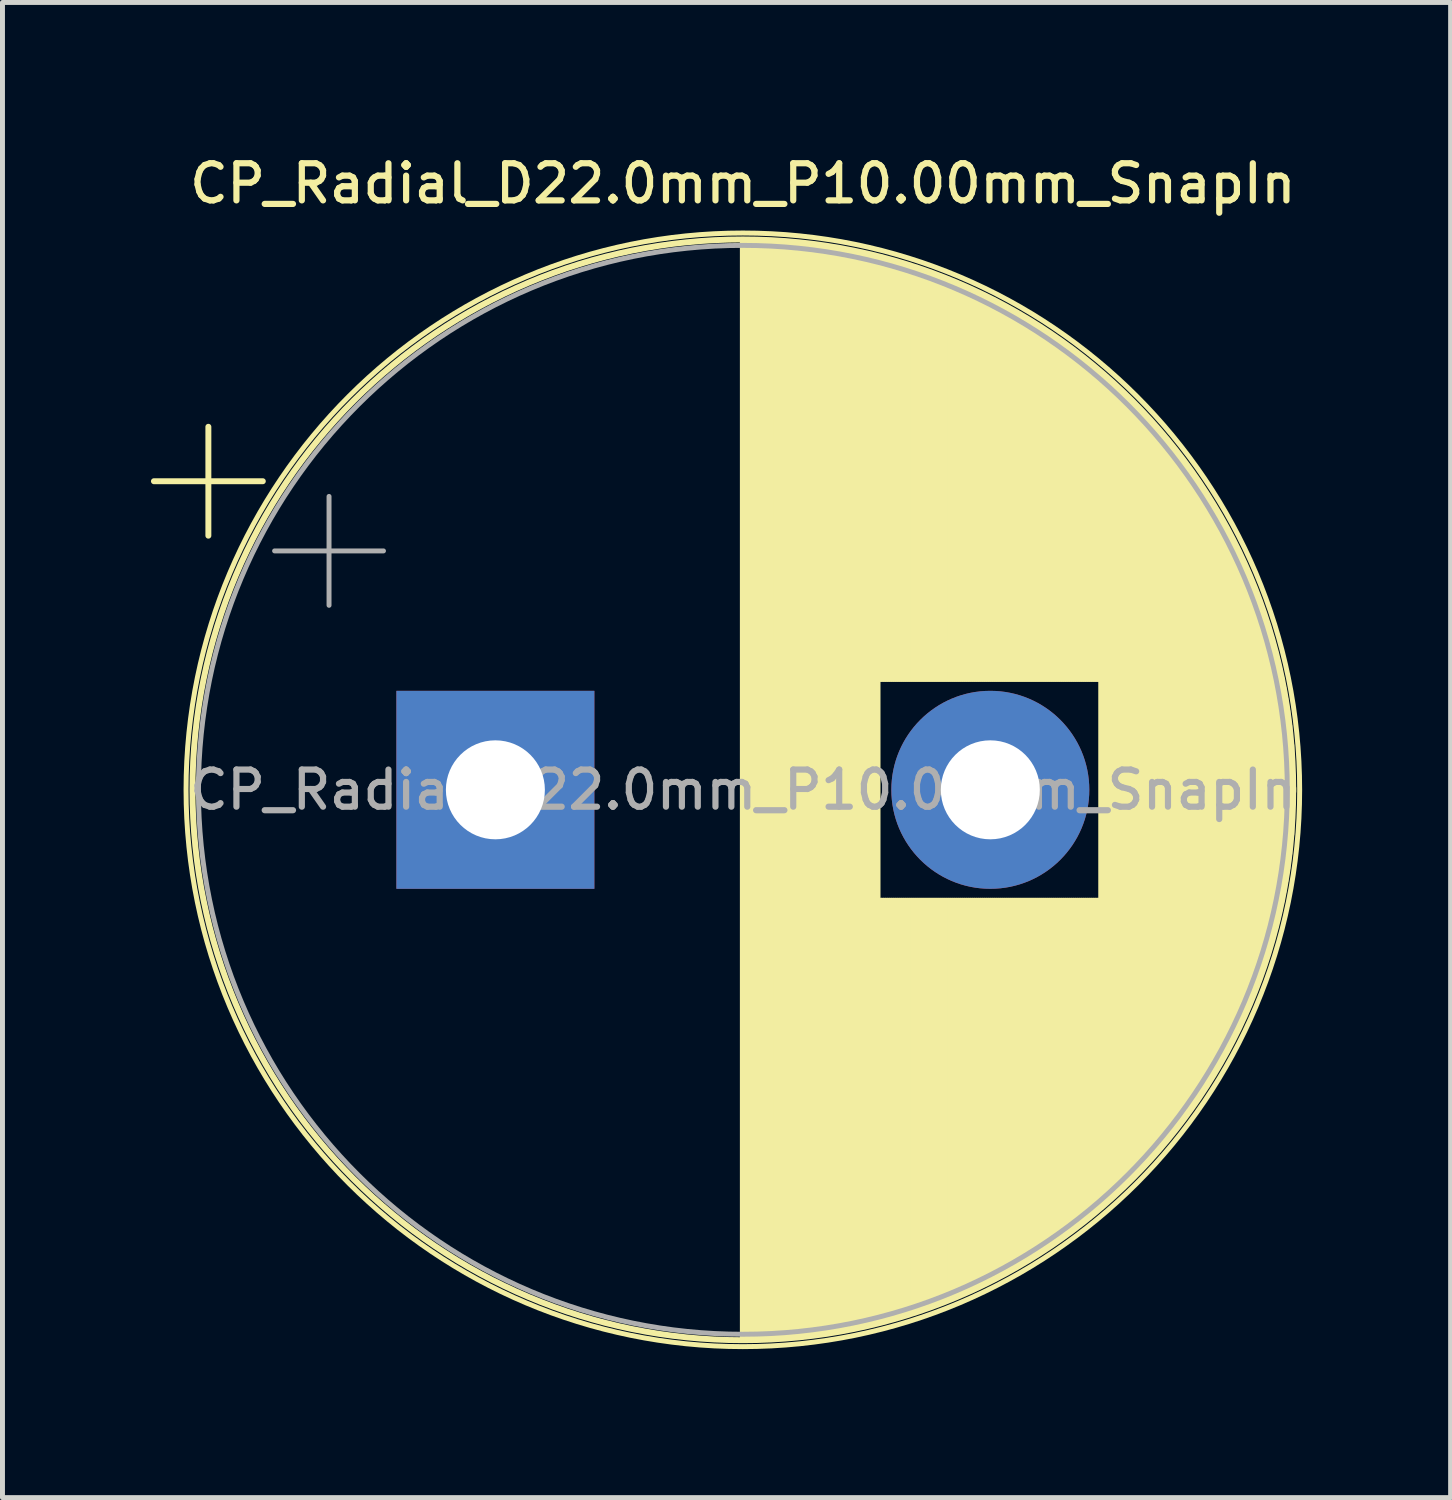
<source format=kicad_pcb>
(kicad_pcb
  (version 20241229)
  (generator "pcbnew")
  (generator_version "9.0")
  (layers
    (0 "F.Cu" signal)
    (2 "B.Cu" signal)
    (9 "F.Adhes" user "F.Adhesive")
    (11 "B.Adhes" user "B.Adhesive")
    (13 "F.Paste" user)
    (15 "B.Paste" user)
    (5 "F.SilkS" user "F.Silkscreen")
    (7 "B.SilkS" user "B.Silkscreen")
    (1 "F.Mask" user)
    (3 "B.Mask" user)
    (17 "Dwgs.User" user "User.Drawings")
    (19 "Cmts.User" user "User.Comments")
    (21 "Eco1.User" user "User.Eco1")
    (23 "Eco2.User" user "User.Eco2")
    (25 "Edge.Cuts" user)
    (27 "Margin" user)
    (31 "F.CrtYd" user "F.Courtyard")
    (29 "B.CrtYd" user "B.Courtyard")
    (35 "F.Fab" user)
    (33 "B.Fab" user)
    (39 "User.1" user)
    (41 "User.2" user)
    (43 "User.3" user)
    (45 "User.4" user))
  (footprint "CP_Radial_D22.0mm_P10.00mm_SnapIn"
    (layer "F.Cu")
    (at 6.959 12.908)
    (property "Reference" "CP_Radial_D22.0mm_P10.00mm_SnapIn" (at 5 -12.25 0) (layer "F.SilkS") (effects (font (size 0.75 0.75) (thickness 0.125))))
    (attr through_hole)
    (fp_line (start -6.899 -6.235) (end -4.699 -6.235) (stroke (width 0.12) (type solid)) (layer "F.SilkS"))
    (fp_line (start -5.799 -7.335) (end -5.799 -5.135) (stroke (width 0.12) (type solid)) (layer "F.SilkS"))
    (fp_line (start 5 -11.081) (end 5 11.081) (stroke (width 0.12) (type solid)) (layer "F.SilkS"))
    (fp_line (start 5.04 -11.08) (end 5.04 11.08) (stroke (width 0.12) (type solid)) (layer "F.SilkS"))
    (fp_line (start 5.08 -11.08) (end 5.08 11.08) (stroke (width 0.12) (type solid)) (layer "F.SilkS"))
    (fp_line (start 5.12 -11.08) (end 5.12 11.08) (stroke (width 0.12) (type solid)) (layer "F.SilkS"))
    (fp_line (start 5.16 -11.079) (end 5.16 11.079) (stroke (width 0.12) (type solid)) (layer "F.SilkS"))
    (fp_line (start 5.2 -11.079) (end 5.2 11.079) (stroke (width 0.12) (type solid)) (layer "F.SilkS"))
    (fp_line (start 5.24 -11.078) (end 5.24 11.078) (stroke (width 0.12) (type solid)) (layer "F.SilkS"))
    (fp_line (start 5.28 -11.077) (end 5.28 11.077) (stroke (width 0.12) (type solid)) (layer "F.SilkS"))
    (fp_line (start 5.32 -11.076) (end 5.32 11.076) (stroke (width 0.12) (type solid)) (layer "F.SilkS"))
    (fp_line (start 5.36 -11.075) (end 5.36 11.075) (stroke (width 0.12) (type solid)) (layer "F.SilkS"))
    (fp_line (start 5.4 -11.073) (end 5.4 11.073) (stroke (width 0.12) (type solid)) (layer "F.SilkS"))
    (fp_line (start 5.44 -11.072) (end 5.44 11.072) (stroke (width 0.12) (type solid)) (layer "F.SilkS"))
    (fp_line (start 5.48 -11.07) (end 5.48 11.07) (stroke (width 0.12) (type solid)) (layer "F.SilkS"))
    (fp_line (start 5.52 -11.068) (end 5.52 11.068) (stroke (width 0.12) (type solid)) (layer "F.SilkS"))
    (fp_line (start 5.56 -11.066) (end 5.56 11.066) (stroke (width 0.12) (type solid)) (layer "F.SilkS"))
    (fp_line (start 5.6 -11.064) (end 5.6 11.064) (stroke (width 0.12) (type solid)) (layer "F.SilkS"))
    (fp_line (start 5.64 -11.062) (end 5.64 11.062) (stroke (width 0.12) (type solid)) (layer "F.SilkS"))
    (fp_line (start 5.68 -11.06) (end 5.68 11.06) (stroke (width 0.12) (type solid)) (layer "F.SilkS"))
    (fp_line (start 5.721 -11.057) (end 5.721 11.057) (stroke (width 0.12) (type solid)) (layer "F.SilkS"))
    (fp_line (start 5.761 -11.054) (end 5.761 11.054) (stroke (width 0.12) (type solid)) (layer "F.SilkS"))
    (fp_line (start 5.801 -11.052) (end 5.801 11.052) (stroke (width 0.12) (type solid)) (layer "F.SilkS"))
    (fp_line (start 5.841 -11.049) (end 5.841 11.049) (stroke (width 0.12) (type solid)) (layer "F.SilkS"))
    (fp_line (start 5.881 -11.046) (end 5.881 11.046) (stroke (width 0.12) (type solid)) (layer "F.SilkS"))
    (fp_line (start 5.921 -11.042) (end 5.921 11.042) (stroke (width 0.12) (type solid)) (layer "F.SilkS"))
    (fp_line (start 5.961 -11.039) (end 5.961 11.039) (stroke (width 0.12) (type solid)) (layer "F.SilkS"))
    (fp_line (start 6.001 -11.035) (end 6.001 11.035) (stroke (width 0.12) (type solid)) (layer "F.SilkS"))
    (fp_line (start 6.041 -11.032) (end 6.041 11.032) (stroke (width 0.12) (type solid)) (layer "F.SilkS"))
    (fp_line (start 6.081 -11.028) (end 6.081 11.028) (stroke (width 0.12) (type solid)) (layer "F.SilkS"))
    (fp_line (start 6.121 -11.024) (end 6.121 11.024) (stroke (width 0.12) (type solid)) (layer "F.SilkS"))
    (fp_line (start 6.161 -11.02) (end 6.161 11.02) (stroke (width 0.12) (type solid)) (layer "F.SilkS"))
    (fp_line (start 6.201 -11.016) (end 6.201 11.016) (stroke (width 0.12) (type solid)) (layer "F.SilkS"))
    (fp_line (start 6.241 -11.011) (end 6.241 11.011) (stroke (width 0.12) (type solid)) (layer "F.SilkS"))
    (fp_line (start 6.281 -11.007) (end 6.281 11.007) (stroke (width 0.12) (type solid)) (layer "F.SilkS"))
    (fp_line (start 6.321 -11.002) (end 6.321 11.002) (stroke (width 0.12) (type solid)) (layer "F.SilkS"))
    (fp_line (start 6.361 -10.997) (end 6.361 10.997) (stroke (width 0.12) (type solid)) (layer "F.SilkS"))
    (fp_line (start 6.401 -10.992) (end 6.401 10.992) (stroke (width 0.12) (type solid)) (layer "F.SilkS"))
    (fp_line (start 6.441 -10.987) (end 6.441 10.987) (stroke (width 0.12) (type solid)) (layer "F.SilkS"))
    (fp_line (start 6.481 -10.982) (end 6.481 10.982) (stroke (width 0.12) (type solid)) (layer "F.SilkS"))
    (fp_line (start 6.521 -10.976) (end 6.521 10.976) (stroke (width 0.12) (type solid)) (layer "F.SilkS"))
    (fp_line (start 6.561 -10.971) (end 6.561 10.971) (stroke (width 0.12) (type solid)) (layer "F.SilkS"))
    (fp_line (start 6.601 -10.965) (end 6.601 10.965) (stroke (width 0.12) (type solid)) (layer "F.SilkS"))
    (fp_line (start 6.641 -10.959) (end 6.641 10.959) (stroke (width 0.12) (type solid)) (layer "F.SilkS"))
    (fp_line (start 6.681 -10.953) (end 6.681 10.953) (stroke (width 0.12) (type solid)) (layer "F.SilkS"))
    (fp_line (start 6.721 -10.947) (end 6.721 10.947) (stroke (width 0.12) (type solid)) (layer "F.SilkS"))
    (fp_line (start 6.761 -10.94) (end 6.761 10.94) (stroke (width 0.12) (type solid)) (layer "F.SilkS"))
    (fp_line (start 6.801 -10.934) (end 6.801 10.934) (stroke (width 0.12) (type solid)) (layer "F.SilkS"))
    (fp_line (start 6.841 -10.927) (end 6.841 10.927) (stroke (width 0.12) (type solid)) (layer "F.SilkS"))
    (fp_line (start 6.881 -10.92) (end 6.881 10.92) (stroke (width 0.12) (type solid)) (layer "F.SilkS"))
    (fp_line (start 6.921 -10.913) (end 6.921 10.913) (stroke (width 0.12) (type solid)) (layer "F.SilkS"))
    (fp_line (start 6.961 -10.906) (end 6.961 10.906) (stroke (width 0.12) (type solid)) (layer "F.SilkS"))
    (fp_line (start 7.001 -10.899) (end 7.001 10.899) (stroke (width 0.12) (type solid)) (layer "F.SilkS"))
    (fp_line (start 7.041 -10.892) (end 7.041 10.892) (stroke (width 0.12) (type solid)) (layer "F.SilkS"))
    (fp_line (start 7.081 -10.884) (end 7.081 10.884) (stroke (width 0.12) (type solid)) (layer "F.SilkS"))
    (fp_line (start 7.121 -10.877) (end 7.121 10.877) (stroke (width 0.12) (type solid)) (layer "F.SilkS"))
    (fp_line (start 7.161 -10.869) (end 7.161 10.869) (stroke (width 0.12) (type solid)) (layer "F.SilkS"))
    (fp_line (start 7.201 -10.861) (end 7.201 10.861) (stroke (width 0.12) (type solid)) (layer "F.SilkS"))
    (fp_line (start 7.241 -10.853) (end 7.241 10.853) (stroke (width 0.12) (type solid)) (layer "F.SilkS"))
    (fp_line (start 7.281 -10.844) (end 7.281 10.844) (stroke (width 0.12) (type solid)) (layer "F.SilkS"))
    (fp_line (start 7.321 -10.836) (end 7.321 10.836) (stroke (width 0.12) (type solid)) (layer "F.SilkS"))
    (fp_line (start 7.361 -10.827) (end 7.361 10.827) (stroke (width 0.12) (type solid)) (layer "F.SilkS"))
    (fp_line (start 7.401 -10.818) (end 7.401 10.818) (stroke (width 0.12) (type solid)) (layer "F.SilkS"))
    (fp_line (start 7.441 -10.809) (end 7.441 10.809) (stroke (width 0.12) (type solid)) (layer "F.SilkS"))
    (fp_line (start 7.481 -10.8) (end 7.481 10.8) (stroke (width 0.12) (type solid)) (layer "F.SilkS"))
    (fp_line (start 7.521 -10.791) (end 7.521 10.791) (stroke (width 0.12) (type solid)) (layer "F.SilkS"))
    (fp_line (start 7.561 -10.782) (end 7.561 10.782) (stroke (width 0.12) (type solid)) (layer "F.SilkS"))
    (fp_line (start 7.601 -10.772) (end 7.601 10.772) (stroke (width 0.12) (type solid)) (layer "F.SilkS"))
    (fp_line (start 7.641 -10.763) (end 7.641 10.763) (stroke (width 0.12) (type solid)) (layer "F.SilkS"))
    (fp_line (start 7.681 -10.753) (end 7.681 10.753) (stroke (width 0.12) (type solid)) (layer "F.SilkS"))
    (fp_line (start 7.721 -10.743) (end 7.721 10.743) (stroke (width 0.12) (type solid)) (layer "F.SilkS"))
    (fp_line (start 7.761 -10.733) (end 7.761 -2.24) (stroke (width 0.12) (type solid)) (layer "F.SilkS"))
    (fp_line (start 7.761 2.24) (end 7.761 10.733) (stroke (width 0.12) (type solid)) (layer "F.SilkS"))
    (fp_line (start 7.801 -10.722) (end 7.801 -2.24) (stroke (width 0.12) (type solid)) (layer "F.SilkS"))
    (fp_line (start 7.801 2.24) (end 7.801 10.722) (stroke (width 0.12) (type solid)) (layer "F.SilkS"))
    (fp_line (start 7.841 -10.712) (end 7.841 -2.24) (stroke (width 0.12) (type solid)) (layer "F.SilkS"))
    (fp_line (start 7.841 2.24) (end 7.841 10.712) (stroke (width 0.12) (type solid)) (layer "F.SilkS"))
    (fp_line (start 7.881 -10.701) (end 7.881 -2.24) (stroke (width 0.12) (type solid)) (layer "F.SilkS"))
    (fp_line (start 7.881 2.24) (end 7.881 10.701) (stroke (width 0.12) (type solid)) (layer "F.SilkS"))
    (fp_line (start 7.921 -10.69) (end 7.921 -2.24) (stroke (width 0.12) (type solid)) (layer "F.SilkS"))
    (fp_line (start 7.921 2.24) (end 7.921 10.69) (stroke (width 0.12) (type solid)) (layer "F.SilkS"))
    (fp_line (start 7.961 -10.679) (end 7.961 -2.24) (stroke (width 0.12) (type solid)) (layer "F.SilkS"))
    (fp_line (start 7.961 2.24) (end 7.961 10.679) (stroke (width 0.12) (type solid)) (layer "F.SilkS"))
    (fp_line (start 8.001 -10.668) (end 8.001 -2.24) (stroke (width 0.12) (type solid)) (layer "F.SilkS"))
    (fp_line (start 8.001 2.24) (end 8.001 10.668) (stroke (width 0.12) (type solid)) (layer "F.SilkS"))
    (fp_line (start 8.041 -10.657) (end 8.041 -2.24) (stroke (width 0.12) (type solid)) (layer "F.SilkS"))
    (fp_line (start 8.041 2.24) (end 8.041 10.657) (stroke (width 0.12) (type solid)) (layer "F.SilkS"))
    (fp_line (start 8.081 -10.645) (end 8.081 -2.24) (stroke (width 0.12) (type solid)) (layer "F.SilkS"))
    (fp_line (start 8.081 2.24) (end 8.081 10.645) (stroke (width 0.12) (type solid)) (layer "F.SilkS"))
    (fp_line (start 8.121 -10.634) (end 8.121 -2.24) (stroke (width 0.12) (type solid)) (layer "F.SilkS"))
    (fp_line (start 8.121 2.24) (end 8.121 10.634) (stroke (width 0.12) (type solid)) (layer "F.SilkS"))
    (fp_line (start 8.161 -10.622) (end 8.161 -2.24) (stroke (width 0.12) (type solid)) (layer "F.SilkS"))
    (fp_line (start 8.161 2.24) (end 8.161 10.622) (stroke (width 0.12) (type solid)) (layer "F.SilkS"))
    (fp_line (start 8.201 -10.61) (end 8.201 -2.24) (stroke (width 0.12) (type solid)) (layer "F.SilkS"))
    (fp_line (start 8.201 2.24) (end 8.201 10.61) (stroke (width 0.12) (type solid)) (layer "F.SilkS"))
    (fp_line (start 8.241 -10.598) (end 8.241 -2.24) (stroke (width 0.12) (type solid)) (layer "F.SilkS"))
    (fp_line (start 8.241 2.24) (end 8.241 10.598) (stroke (width 0.12) (type solid)) (layer "F.SilkS"))
    (fp_line (start 8.281 -10.586) (end 8.281 -2.24) (stroke (width 0.12) (type solid)) (layer "F.SilkS"))
    (fp_line (start 8.281 2.24) (end 8.281 10.586) (stroke (width 0.12) (type solid)) (layer "F.SilkS"))
    (fp_line (start 8.321 -10.573) (end 8.321 -2.24) (stroke (width 0.12) (type solid)) (layer "F.SilkS"))
    (fp_line (start 8.321 2.24) (end 8.321 10.573) (stroke (width 0.12) (type solid)) (layer "F.SilkS"))
    (fp_line (start 8.361 -10.561) (end 8.361 -2.24) (stroke (width 0.12) (type solid)) (layer "F.SilkS"))
    (fp_line (start 8.361 2.24) (end 8.361 10.561) (stroke (width 0.12) (type solid)) (layer "F.SilkS"))
    (fp_line (start 8.401 -10.548) (end 8.401 -2.24) (stroke (width 0.12) (type solid)) (layer "F.SilkS"))
    (fp_line (start 8.401 2.24) (end 8.401 10.548) (stroke (width 0.12) (type solid)) (layer "F.SilkS"))
    (fp_line (start 8.441 -10.535) (end 8.441 -2.24) (stroke (width 0.12) (type solid)) (layer "F.SilkS"))
    (fp_line (start 8.441 2.24) (end 8.441 10.535) (stroke (width 0.12) (type solid)) (layer "F.SilkS"))
    (fp_line (start 8.481 -10.522) (end 8.481 -2.24) (stroke (width 0.12) (type solid)) (layer "F.SilkS"))
    (fp_line (start 8.481 2.24) (end 8.481 10.522) (stroke (width 0.12) (type solid)) (layer "F.SilkS"))
    (fp_line (start 8.521 -10.509) (end 8.521 -2.24) (stroke (width 0.12) (type solid)) (layer "F.SilkS"))
    (fp_line (start 8.521 2.24) (end 8.521 10.509) (stroke (width 0.12) (type solid)) (layer "F.SilkS"))
    (fp_line (start 8.561 -10.495) (end 8.561 -2.24) (stroke (width 0.12) (type solid)) (layer "F.SilkS"))
    (fp_line (start 8.561 2.24) (end 8.561 10.495) (stroke (width 0.12) (type solid)) (layer "F.SilkS"))
    (fp_line (start 8.601 -10.482) (end 8.601 -2.24) (stroke (width 0.12) (type solid)) (layer "F.SilkS"))
    (fp_line (start 8.601 2.24) (end 8.601 10.482) (stroke (width 0.12) (type solid)) (layer "F.SilkS"))
    (fp_line (start 8.641 -10.468) (end 8.641 -2.24) (stroke (width 0.12) (type solid)) (layer "F.SilkS"))
    (fp_line (start 8.641 2.24) (end 8.641 10.468) (stroke (width 0.12) (type solid)) (layer "F.SilkS"))
    (fp_line (start 8.681 -10.454) (end 8.681 -2.24) (stroke (width 0.12) (type solid)) (layer "F.SilkS"))
    (fp_line (start 8.681 2.24) (end 8.681 10.454) (stroke (width 0.12) (type solid)) (layer "F.SilkS"))
    (fp_line (start 8.721 -10.44) (end 8.721 -2.24) (stroke (width 0.12) (type solid)) (layer "F.SilkS"))
    (fp_line (start 8.721 2.24) (end 8.721 10.44) (stroke (width 0.12) (type solid)) (layer "F.SilkS"))
    (fp_line (start 8.761 -10.426) (end 8.761 -2.24) (stroke (width 0.12) (type solid)) (layer "F.SilkS"))
    (fp_line (start 8.761 2.24) (end 8.761 10.426) (stroke (width 0.12) (type solid)) (layer "F.SilkS"))
    (fp_line (start 8.801 -10.411) (end 8.801 -2.24) (stroke (width 0.12) (type solid)) (layer "F.SilkS"))
    (fp_line (start 8.801 2.24) (end 8.801 10.411) (stroke (width 0.12) (type solid)) (layer "F.SilkS"))
    (fp_line (start 8.841 -10.396) (end 8.841 -2.24) (stroke (width 0.12) (type solid)) (layer "F.SilkS"))
    (fp_line (start 8.841 2.24) (end 8.841 10.396) (stroke (width 0.12) (type solid)) (layer "F.SilkS"))
    (fp_line (start 8.881 -10.382) (end 8.881 -2.24) (stroke (width 0.12) (type solid)) (layer "F.SilkS"))
    (fp_line (start 8.881 2.24) (end 8.881 10.382) (stroke (width 0.12) (type solid)) (layer "F.SilkS"))
    (fp_line (start 8.921 -10.367) (end 8.921 -2.24) (stroke (width 0.12) (type solid)) (layer "F.SilkS"))
    (fp_line (start 8.921 2.24) (end 8.921 10.367) (stroke (width 0.12) (type solid)) (layer "F.SilkS"))
    (fp_line (start 8.961 -10.351) (end 8.961 -2.24) (stroke (width 0.12) (type solid)) (layer "F.SilkS"))
    (fp_line (start 8.961 2.24) (end 8.961 10.351) (stroke (width 0.12) (type solid)) (layer "F.SilkS"))
    (fp_line (start 9.001 -10.336) (end 9.001 -2.24) (stroke (width 0.12) (type solid)) (layer "F.SilkS"))
    (fp_line (start 9.001 2.24) (end 9.001 10.336) (stroke (width 0.12) (type solid)) (layer "F.SilkS"))
    (fp_line (start 9.041 -10.321) (end 9.041 -2.24) (stroke (width 0.12) (type solid)) (layer "F.SilkS"))
    (fp_line (start 9.041 2.24) (end 9.041 10.321) (stroke (width 0.12) (type solid)) (layer "F.SilkS"))
    (fp_line (start 9.081 -10.305) (end 9.081 -2.24) (stroke (width 0.12) (type solid)) (layer "F.SilkS"))
    (fp_line (start 9.081 2.24) (end 9.081 10.305) (stroke (width 0.12) (type solid)) (layer "F.SilkS"))
    (fp_line (start 9.121 -10.289) (end 9.121 -2.24) (stroke (width 0.12) (type solid)) (layer "F.SilkS"))
    (fp_line (start 9.121 2.24) (end 9.121 10.289) (stroke (width 0.12) (type solid)) (layer "F.SilkS"))
    (fp_line (start 9.161 -10.273) (end 9.161 -2.24) (stroke (width 0.12) (type solid)) (layer "F.SilkS"))
    (fp_line (start 9.161 2.24) (end 9.161 10.273) (stroke (width 0.12) (type solid)) (layer "F.SilkS"))
    (fp_line (start 9.201 -10.257) (end 9.201 -2.24) (stroke (width 0.12) (type solid)) (layer "F.SilkS"))
    (fp_line (start 9.201 2.24) (end 9.201 10.257) (stroke (width 0.12) (type solid)) (layer "F.SilkS"))
    (fp_line (start 9.241 -10.24) (end 9.241 -2.24) (stroke (width 0.12) (type solid)) (layer "F.SilkS"))
    (fp_line (start 9.241 2.24) (end 9.241 10.24) (stroke (width 0.12) (type solid)) (layer "F.SilkS"))
    (fp_line (start 9.281 -10.224) (end 9.281 -2.24) (stroke (width 0.12) (type solid)) (layer "F.SilkS"))
    (fp_line (start 9.281 2.24) (end 9.281 10.224) (stroke (width 0.12) (type solid)) (layer "F.SilkS"))
    (fp_line (start 9.321 -10.207) (end 9.321 -2.24) (stroke (width 0.12) (type solid)) (layer "F.SilkS"))
    (fp_line (start 9.321 2.24) (end 9.321 10.207) (stroke (width 0.12) (type solid)) (layer "F.SilkS"))
    (fp_line (start 9.361 -10.19) (end 9.361 -2.24) (stroke (width 0.12) (type solid)) (layer "F.SilkS"))
    (fp_line (start 9.361 2.24) (end 9.361 10.19) (stroke (width 0.12) (type solid)) (layer "F.SilkS"))
    (fp_line (start 9.401 -10.173) (end 9.401 -2.24) (stroke (width 0.12) (type solid)) (layer "F.SilkS"))
    (fp_line (start 9.401 2.24) (end 9.401 10.173) (stroke (width 0.12) (type solid)) (layer "F.SilkS"))
    (fp_line (start 9.441 -10.156) (end 9.441 -2.24) (stroke (width 0.12) (type solid)) (layer "F.SilkS"))
    (fp_line (start 9.441 2.24) (end 9.441 10.156) (stroke (width 0.12) (type solid)) (layer "F.SilkS"))
    (fp_line (start 9.481 -10.138) (end 9.481 -2.24) (stroke (width 0.12) (type solid)) (layer "F.SilkS"))
    (fp_line (start 9.481 2.24) (end 9.481 10.138) (stroke (width 0.12) (type solid)) (layer "F.SilkS"))
    (fp_line (start 9.521 -10.12) (end 9.521 -2.24) (stroke (width 0.12) (type solid)) (layer "F.SilkS"))
    (fp_line (start 9.521 2.24) (end 9.521 10.12) (stroke (width 0.12) (type solid)) (layer "F.SilkS"))
    (fp_line (start 9.561 -10.103) (end 9.561 -2.24) (stroke (width 0.12) (type solid)) (layer "F.SilkS"))
    (fp_line (start 9.561 2.24) (end 9.561 10.103) (stroke (width 0.12) (type solid)) (layer "F.SilkS"))
    (fp_line (start 9.601 -10.084) (end 9.601 -2.24) (stroke (width 0.12) (type solid)) (layer "F.SilkS"))
    (fp_line (start 9.601 2.24) (end 9.601 10.084) (stroke (width 0.12) (type solid)) (layer "F.SilkS"))
    (fp_line (start 9.641 -10.066) (end 9.641 -2.24) (stroke (width 0.12) (type solid)) (layer "F.SilkS"))
    (fp_line (start 9.641 2.24) (end 9.641 10.066) (stroke (width 0.12) (type solid)) (layer "F.SilkS"))
    (fp_line (start 9.681 -10.048) (end 9.681 -2.24) (stroke (width 0.12) (type solid)) (layer "F.SilkS"))
    (fp_line (start 9.681 2.24) (end 9.681 10.048) (stroke (width 0.12) (type solid)) (layer "F.SilkS"))
    (fp_line (start 9.721 -10.029) (end 9.721 -2.24) (stroke (width 0.12) (type solid)) (layer "F.SilkS"))
    (fp_line (start 9.721 2.24) (end 9.721 10.029) (stroke (width 0.12) (type solid)) (layer "F.SilkS"))
    (fp_line (start 9.761 -10.01) (end 9.761 -2.24) (stroke (width 0.12) (type solid)) (layer "F.SilkS"))
    (fp_line (start 9.761 2.24) (end 9.761 10.01) (stroke (width 0.12) (type solid)) (layer "F.SilkS"))
    (fp_line (start 9.801 -9.991) (end 9.801 -2.24) (stroke (width 0.12) (type solid)) (layer "F.SilkS"))
    (fp_line (start 9.801 2.24) (end 9.801 9.991) (stroke (width 0.12) (type solid)) (layer "F.SilkS"))
    (fp_line (start 9.841 -9.972) (end 9.841 -2.24) (stroke (width 0.12) (type solid)) (layer "F.SilkS"))
    (fp_line (start 9.841 2.24) (end 9.841 9.972) (stroke (width 0.12) (type solid)) (layer "F.SilkS"))
    (fp_line (start 9.881 -9.952) (end 9.881 -2.24) (stroke (width 0.12) (type solid)) (layer "F.SilkS"))
    (fp_line (start 9.881 2.24) (end 9.881 9.952) (stroke (width 0.12) (type solid)) (layer "F.SilkS"))
    (fp_line (start 9.921 -9.933) (end 9.921 -2.24) (stroke (width 0.12) (type solid)) (layer "F.SilkS"))
    (fp_line (start 9.921 2.24) (end 9.921 9.933) (stroke (width 0.12) (type solid)) (layer "F.SilkS"))
    (fp_line (start 9.961 -9.913) (end 9.961 -2.24) (stroke (width 0.12) (type solid)) (layer "F.SilkS"))
    (fp_line (start 9.961 2.24) (end 9.961 9.913) (stroke (width 0.12) (type solid)) (layer "F.SilkS"))
    (fp_line (start 10.001 -9.893) (end 10.001 -2.24) (stroke (width 0.12) (type solid)) (layer "F.SilkS"))
    (fp_line (start 10.001 2.24) (end 10.001 9.893) (stroke (width 0.12) (type solid)) (layer "F.SilkS"))
    (fp_line (start 10.041 -9.873) (end 10.041 -2.24) (stroke (width 0.12) (type solid)) (layer "F.SilkS"))
    (fp_line (start 10.041 2.24) (end 10.041 9.873) (stroke (width 0.12) (type solid)) (layer "F.SilkS"))
    (fp_line (start 10.081 -9.852) (end 10.081 -2.24) (stroke (width 0.12) (type solid)) (layer "F.SilkS"))
    (fp_line (start 10.081 2.24) (end 10.081 9.852) (stroke (width 0.12) (type solid)) (layer "F.SilkS"))
    (fp_line (start 10.121 -9.832) (end 10.121 -2.24) (stroke (width 0.12) (type solid)) (layer "F.SilkS"))
    (fp_line (start 10.121 2.24) (end 10.121 9.832) (stroke (width 0.12) (type solid)) (layer "F.SilkS"))
    (fp_line (start 10.161 -9.811) (end 10.161 -2.24) (stroke (width 0.12) (type solid)) (layer "F.SilkS"))
    (fp_line (start 10.161 2.24) (end 10.161 9.811) (stroke (width 0.12) (type solid)) (layer "F.SilkS"))
    (fp_line (start 10.201 -9.79) (end 10.201 -2.24) (stroke (width 0.12) (type solid)) (layer "F.SilkS"))
    (fp_line (start 10.201 2.24) (end 10.201 9.79) (stroke (width 0.12) (type solid)) (layer "F.SilkS"))
    (fp_line (start 10.241 -9.768) (end 10.241 -2.24) (stroke (width 0.12) (type solid)) (layer "F.SilkS"))
    (fp_line (start 10.241 2.24) (end 10.241 9.768) (stroke (width 0.12) (type solid)) (layer "F.SilkS"))
    (fp_line (start 10.281 -9.747) (end 10.281 -2.24) (stroke (width 0.12) (type solid)) (layer "F.SilkS"))
    (fp_line (start 10.281 2.24) (end 10.281 9.747) (stroke (width 0.12) (type solid)) (layer "F.SilkS"))
    (fp_line (start 10.321 -9.725) (end 10.321 -2.24) (stroke (width 0.12) (type solid)) (layer "F.SilkS"))
    (fp_line (start 10.321 2.24) (end 10.321 9.725) (stroke (width 0.12) (type solid)) (layer "F.SilkS"))
    (fp_line (start 10.361 -9.703) (end 10.361 -2.24) (stroke (width 0.12) (type solid)) (layer "F.SilkS"))
    (fp_line (start 10.361 2.24) (end 10.361 9.703) (stroke (width 0.12) (type solid)) (layer "F.SilkS"))
    (fp_line (start 10.401 -9.681) (end 10.401 -2.24) (stroke (width 0.12) (type solid)) (layer "F.SilkS"))
    (fp_line (start 10.401 2.24) (end 10.401 9.681) (stroke (width 0.12) (type solid)) (layer "F.SilkS"))
    (fp_line (start 10.441 -9.659) (end 10.441 -2.24) (stroke (width 0.12) (type solid)) (layer "F.SilkS"))
    (fp_line (start 10.441 2.24) (end 10.441 9.659) (stroke (width 0.12) (type solid)) (layer "F.SilkS"))
    (fp_line (start 10.481 -9.636) (end 10.481 -2.24) (stroke (width 0.12) (type solid)) (layer "F.SilkS"))
    (fp_line (start 10.481 2.24) (end 10.481 9.636) (stroke (width 0.12) (type solid)) (layer "F.SilkS"))
    (fp_line (start 10.521 -9.614) (end 10.521 -2.24) (stroke (width 0.12) (type solid)) (layer "F.SilkS"))
    (fp_line (start 10.521 2.24) (end 10.521 9.614) (stroke (width 0.12) (type solid)) (layer "F.SilkS"))
    (fp_line (start 10.561 -9.591) (end 10.561 -2.24) (stroke (width 0.12) (type solid)) (layer "F.SilkS"))
    (fp_line (start 10.561 2.24) (end 10.561 9.591) (stroke (width 0.12) (type solid)) (layer "F.SilkS"))
    (fp_line (start 10.601 -9.567) (end 10.601 -2.24) (stroke (width 0.12) (type solid)) (layer "F.SilkS"))
    (fp_line (start 10.601 2.24) (end 10.601 9.567) (stroke (width 0.12) (type solid)) (layer "F.SilkS"))
    (fp_line (start 10.641 -9.544) (end 10.641 -2.24) (stroke (width 0.12) (type solid)) (layer "F.SilkS"))
    (fp_line (start 10.641 2.24) (end 10.641 9.544) (stroke (width 0.12) (type solid)) (layer "F.SilkS"))
    (fp_line (start 10.681 -9.52) (end 10.681 -2.24) (stroke (width 0.12) (type solid)) (layer "F.SilkS"))
    (fp_line (start 10.681 2.24) (end 10.681 9.52) (stroke (width 0.12) (type solid)) (layer "F.SilkS"))
    (fp_line (start 10.721 -9.497) (end 10.721 -2.24) (stroke (width 0.12) (type solid)) (layer "F.SilkS"))
    (fp_line (start 10.721 2.24) (end 10.721 9.497) (stroke (width 0.12) (type solid)) (layer "F.SilkS"))
    (fp_line (start 10.761 -9.472) (end 10.761 -2.24) (stroke (width 0.12) (type solid)) (layer "F.SilkS"))
    (fp_line (start 10.761 2.24) (end 10.761 9.472) (stroke (width 0.12) (type solid)) (layer "F.SilkS"))
    (fp_line (start 10.801 -9.448) (end 10.801 -2.24) (stroke (width 0.12) (type solid)) (layer "F.SilkS"))
    (fp_line (start 10.801 2.24) (end 10.801 9.448) (stroke (width 0.12) (type solid)) (layer "F.SilkS"))
    (fp_line (start 10.841 -9.424) (end 10.841 -2.24) (stroke (width 0.12) (type solid)) (layer "F.SilkS"))
    (fp_line (start 10.841 2.24) (end 10.841 9.424) (stroke (width 0.12) (type solid)) (layer "F.SilkS"))
    (fp_line (start 10.881 -9.399) (end 10.881 -2.24) (stroke (width 0.12) (type solid)) (layer "F.SilkS"))
    (fp_line (start 10.881 2.24) (end 10.881 9.399) (stroke (width 0.12) (type solid)) (layer "F.SilkS"))
    (fp_line (start 10.921 -9.374) (end 10.921 -2.24) (stroke (width 0.12) (type solid)) (layer "F.SilkS"))
    (fp_line (start 10.921 2.24) (end 10.921 9.374) (stroke (width 0.12) (type solid)) (layer "F.SilkS"))
    (fp_line (start 10.961 -9.348) (end 10.961 -2.24) (stroke (width 0.12) (type solid)) (layer "F.SilkS"))
    (fp_line (start 10.961 2.24) (end 10.961 9.348) (stroke (width 0.12) (type solid)) (layer "F.SilkS"))
    (fp_line (start 11.001 -9.323) (end 11.001 -2.24) (stroke (width 0.12) (type solid)) (layer "F.SilkS"))
    (fp_line (start 11.001 2.24) (end 11.001 9.323) (stroke (width 0.12) (type solid)) (layer "F.SilkS"))
    (fp_line (start 11.041 -9.297) (end 11.041 -2.24) (stroke (width 0.12) (type solid)) (layer "F.SilkS"))
    (fp_line (start 11.041 2.24) (end 11.041 9.297) (stroke (width 0.12) (type solid)) (layer "F.SilkS"))
    (fp_line (start 11.081 -9.271) (end 11.081 -2.24) (stroke (width 0.12) (type solid)) (layer "F.SilkS"))
    (fp_line (start 11.081 2.24) (end 11.081 9.271) (stroke (width 0.12) (type solid)) (layer "F.SilkS"))
    (fp_line (start 11.121 -9.245) (end 11.121 -2.24) (stroke (width 0.12) (type solid)) (layer "F.SilkS"))
    (fp_line (start 11.121 2.24) (end 11.121 9.245) (stroke (width 0.12) (type solid)) (layer "F.SilkS"))
    (fp_line (start 11.161 -9.218) (end 11.161 -2.24) (stroke (width 0.12) (type solid)) (layer "F.SilkS"))
    (fp_line (start 11.161 2.24) (end 11.161 9.218) (stroke (width 0.12) (type solid)) (layer "F.SilkS"))
    (fp_line (start 11.201 -9.192) (end 11.201 -2.24) (stroke (width 0.12) (type solid)) (layer "F.SilkS"))
    (fp_line (start 11.201 2.24) (end 11.201 9.192) (stroke (width 0.12) (type solid)) (layer "F.SilkS"))
    (fp_line (start 11.241 -9.165) (end 11.241 -2.24) (stroke (width 0.12) (type solid)) (layer "F.SilkS"))
    (fp_line (start 11.241 2.24) (end 11.241 9.165) (stroke (width 0.12) (type solid)) (layer "F.SilkS"))
    (fp_line (start 11.281 -9.137) (end 11.281 -2.24) (stroke (width 0.12) (type solid)) (layer "F.SilkS"))
    (fp_line (start 11.281 2.24) (end 11.281 9.137) (stroke (width 0.12) (type solid)) (layer "F.SilkS"))
    (fp_line (start 11.321 -9.11) (end 11.321 -2.24) (stroke (width 0.12) (type solid)) (layer "F.SilkS"))
    (fp_line (start 11.321 2.24) (end 11.321 9.11) (stroke (width 0.12) (type solid)) (layer "F.SilkS"))
    (fp_line (start 11.361 -9.082) (end 11.361 -2.24) (stroke (width 0.12) (type solid)) (layer "F.SilkS"))
    (fp_line (start 11.361 2.24) (end 11.361 9.082) (stroke (width 0.12) (type solid)) (layer "F.SilkS"))
    (fp_line (start 11.401 -9.054) (end 11.401 -2.24) (stroke (width 0.12) (type solid)) (layer "F.SilkS"))
    (fp_line (start 11.401 2.24) (end 11.401 9.054) (stroke (width 0.12) (type solid)) (layer "F.SilkS"))
    (fp_line (start 11.441 -9.026) (end 11.441 -2.24) (stroke (width 0.12) (type solid)) (layer "F.SilkS"))
    (fp_line (start 11.441 2.24) (end 11.441 9.026) (stroke (width 0.12) (type solid)) (layer "F.SilkS"))
    (fp_line (start 11.481 -8.997) (end 11.481 -2.24) (stroke (width 0.12) (type solid)) (layer "F.SilkS"))
    (fp_line (start 11.481 2.24) (end 11.481 8.997) (stroke (width 0.12) (type solid)) (layer "F.SilkS"))
    (fp_line (start 11.521 -8.968) (end 11.521 -2.24) (stroke (width 0.12) (type solid)) (layer "F.SilkS"))
    (fp_line (start 11.521 2.24) (end 11.521 8.968) (stroke (width 0.12) (type solid)) (layer "F.SilkS"))
    (fp_line (start 11.561 -8.939) (end 11.561 -2.24) (stroke (width 0.12) (type solid)) (layer "F.SilkS"))
    (fp_line (start 11.561 2.24) (end 11.561 8.939) (stroke (width 0.12) (type solid)) (layer "F.SilkS"))
    (fp_line (start 11.601 -8.91) (end 11.601 -2.24) (stroke (width 0.12) (type solid)) (layer "F.SilkS"))
    (fp_line (start 11.601 2.24) (end 11.601 8.91) (stroke (width 0.12) (type solid)) (layer "F.SilkS"))
    (fp_line (start 11.641 -8.88) (end 11.641 -2.24) (stroke (width 0.12) (type solid)) (layer "F.SilkS"))
    (fp_line (start 11.641 2.24) (end 11.641 8.88) (stroke (width 0.12) (type solid)) (layer "F.SilkS"))
    (fp_line (start 11.681 -8.85) (end 11.681 -2.24) (stroke (width 0.12) (type solid)) (layer "F.SilkS"))
    (fp_line (start 11.681 2.24) (end 11.681 8.85) (stroke (width 0.12) (type solid)) (layer "F.SilkS"))
    (fp_line (start 11.721 -8.82) (end 11.721 -2.24) (stroke (width 0.12) (type solid)) (layer "F.SilkS"))
    (fp_line (start 11.721 2.24) (end 11.721 8.82) (stroke (width 0.12) (type solid)) (layer "F.SilkS"))
    (fp_line (start 11.761 -8.79) (end 11.761 -2.24) (stroke (width 0.12) (type solid)) (layer "F.SilkS"))
    (fp_line (start 11.761 2.24) (end 11.761 8.79) (stroke (width 0.12) (type solid)) (layer "F.SilkS"))
    (fp_line (start 11.801 -8.759) (end 11.801 -2.24) (stroke (width 0.12) (type solid)) (layer "F.SilkS"))
    (fp_line (start 11.801 2.24) (end 11.801 8.759) (stroke (width 0.12) (type solid)) (layer "F.SilkS"))
    (fp_line (start 11.841 -8.728) (end 11.841 -2.24) (stroke (width 0.12) (type solid)) (layer "F.SilkS"))
    (fp_line (start 11.841 2.24) (end 11.841 8.728) (stroke (width 0.12) (type solid)) (layer "F.SilkS"))
    (fp_line (start 11.881 -8.697) (end 11.881 -2.24) (stroke (width 0.12) (type solid)) (layer "F.SilkS"))
    (fp_line (start 11.881 2.24) (end 11.881 8.697) (stroke (width 0.12) (type solid)) (layer "F.SilkS"))
    (fp_line (start 11.921 -8.665) (end 11.921 -2.24) (stroke (width 0.12) (type solid)) (layer "F.SilkS"))
    (fp_line (start 11.921 2.24) (end 11.921 8.665) (stroke (width 0.12) (type solid)) (layer "F.SilkS"))
    (fp_line (start 11.961 -8.633) (end 11.961 -2.24) (stroke (width 0.12) (type solid)) (layer "F.SilkS"))
    (fp_line (start 11.961 2.24) (end 11.961 8.633) (stroke (width 0.12) (type solid)) (layer "F.SilkS"))
    (fp_line (start 12.001 -8.601) (end 12.001 -2.24) (stroke (width 0.12) (type solid)) (layer "F.SilkS"))
    (fp_line (start 12.001 2.24) (end 12.001 8.601) (stroke (width 0.12) (type solid)) (layer "F.SilkS"))
    (fp_line (start 12.041 -8.568) (end 12.041 -2.24) (stroke (width 0.12) (type solid)) (layer "F.SilkS"))
    (fp_line (start 12.041 2.24) (end 12.041 8.568) (stroke (width 0.12) (type solid)) (layer "F.SilkS"))
    (fp_line (start 12.081 -8.535) (end 12.081 -2.24) (stroke (width 0.12) (type solid)) (layer "F.SilkS"))
    (fp_line (start 12.081 2.24) (end 12.081 8.535) (stroke (width 0.12) (type solid)) (layer "F.SilkS"))
    (fp_line (start 12.121 -8.502) (end 12.121 -2.24) (stroke (width 0.12) (type solid)) (layer "F.SilkS"))
    (fp_line (start 12.121 2.24) (end 12.121 8.502) (stroke (width 0.12) (type solid)) (layer "F.SilkS"))
    (fp_line (start 12.161 -8.469) (end 12.161 -2.24) (stroke (width 0.12) (type solid)) (layer "F.SilkS"))
    (fp_line (start 12.161 2.24) (end 12.161 8.469) (stroke (width 0.12) (type solid)) (layer "F.SilkS"))
    (fp_line (start 12.201 -8.435) (end 12.201 -2.24) (stroke (width 0.12) (type solid)) (layer "F.SilkS"))
    (fp_line (start 12.201 2.24) (end 12.201 8.435) (stroke (width 0.12) (type solid)) (layer "F.SilkS"))
    (fp_line (start 12.241 -8.401) (end 12.241 8.401) (stroke (width 0.12) (type solid)) (layer "F.SilkS"))
    (fp_line (start 12.281 -8.366) (end 12.281 8.366) (stroke (width 0.12) (type solid)) (layer "F.SilkS"))
    (fp_line (start 12.321 -8.331) (end 12.321 8.331) (stroke (width 0.12) (type solid)) (layer "F.SilkS"))
    (fp_line (start 12.361 -8.296) (end 12.361 8.296) (stroke (width 0.12) (type solid)) (layer "F.SilkS"))
    (fp_line (start 12.401 -8.261) (end 12.401 8.261) (stroke (width 0.12) (type solid)) (layer "F.SilkS"))
    (fp_line (start 12.441 -8.225) (end 12.441 8.225) (stroke (width 0.12) (type solid)) (layer "F.SilkS"))
    (fp_line (start 12.481 -8.189) (end 12.481 8.189) (stroke (width 0.12) (type solid)) (layer "F.SilkS"))
    (fp_line (start 12.521 -8.152) (end 12.521 8.152) (stroke (width 0.12) (type solid)) (layer "F.SilkS"))
    (fp_line (start 12.561 -8.115) (end 12.561 8.115) (stroke (width 0.12) (type solid)) (layer "F.SilkS"))
    (fp_line (start 12.601 -8.078) (end 12.601 8.078) (stroke (width 0.12) (type solid)) (layer "F.SilkS"))
    (fp_line (start 12.641 -8.04) (end 12.641 8.04) (stroke (width 0.12) (type solid)) (layer "F.SilkS"))
    (fp_line (start 12.681 -8.002) (end 12.681 8.002) (stroke (width 0.12) (type solid)) (layer "F.SilkS"))
    (fp_line (start 12.721 -7.964) (end 12.721 7.964) (stroke (width 0.12) (type solid)) (layer "F.SilkS"))
    (fp_line (start 12.761 -7.925) (end 12.761 7.925) (stroke (width 0.12) (type solid)) (layer "F.SilkS"))
    (fp_line (start 12.801 -7.886) (end 12.801 7.886) (stroke (width 0.12) (type solid)) (layer "F.SilkS"))
    (fp_line (start 12.841 -7.846) (end 12.841 7.846) (stroke (width 0.12) (type solid)) (layer "F.SilkS"))
    (fp_line (start 12.881 -7.807) (end 12.881 7.807) (stroke (width 0.12) (type solid)) (layer "F.SilkS"))
    (fp_line (start 12.921 -7.766) (end 12.921 7.766) (stroke (width 0.12) (type solid)) (layer "F.SilkS"))
    (fp_line (start 12.961 -7.725) (end 12.961 7.725) (stroke (width 0.12) (type solid)) (layer "F.SilkS"))
    (fp_line (start 13.001 -7.684) (end 13.001 7.684) (stroke (width 0.12) (type solid)) (layer "F.SilkS"))
    (fp_line (start 13.041 -7.642) (end 13.041 7.642) (stroke (width 0.12) (type solid)) (layer "F.SilkS"))
    (fp_line (start 13.081 -7.6) (end 13.081 7.6) (stroke (width 0.12) (type solid)) (layer "F.SilkS"))
    (fp_line (start 13.121 -7.558) (end 13.121 7.558) (stroke (width 0.12) (type solid)) (layer "F.SilkS"))
    (fp_line (start 13.161 -7.515) (end 13.161 7.515) (stroke (width 0.12) (type solid)) (layer "F.SilkS"))
    (fp_line (start 13.2 -7.471) (end 13.2 7.471) (stroke (width 0.12) (type solid)) (layer "F.SilkS"))
    (fp_line (start 13.24 -7.428) (end 13.24 7.428) (stroke (width 0.12) (type solid)) (layer "F.SilkS"))
    (fp_line (start 13.28 -7.383) (end 13.28 7.383) (stroke (width 0.12) (type solid)) (layer "F.SilkS"))
    (fp_line (start 13.32 -7.338) (end 13.32 7.338) (stroke (width 0.12) (type solid)) (layer "F.SilkS"))
    (fp_line (start 13.36 -7.293) (end 13.36 7.293) (stroke (width 0.12) (type solid)) (layer "F.SilkS"))
    (fp_line (start 13.4 -7.247) (end 13.4 7.247) (stroke (width 0.12) (type solid)) (layer "F.SilkS"))
    (fp_line (start 13.44 -7.201) (end 13.44 7.201) (stroke (width 0.12) (type solid)) (layer "F.SilkS"))
    (fp_line (start 13.48 -7.154) (end 13.48 7.154) (stroke (width 0.12) (type solid)) (layer "F.SilkS"))
    (fp_line (start 13.52 -7.106) (end 13.52 7.106) (stroke (width 0.12) (type solid)) (layer "F.SilkS"))
    (fp_line (start 13.56 -7.058) (end 13.56 7.058) (stroke (width 0.12) (type solid)) (layer "F.SilkS"))
    (fp_line (start 13.6 -7.01) (end 13.6 7.01) (stroke (width 0.12) (type solid)) (layer "F.SilkS"))
    (fp_line (start 13.64 -6.961) (end 13.64 6.961) (stroke (width 0.12) (type solid)) (layer "F.SilkS"))
    (fp_line (start 13.68 -6.911) (end 13.68 6.911) (stroke (width 0.12) (type solid)) (layer "F.SilkS"))
    (fp_line (start 13.72 -6.861) (end 13.72 6.861) (stroke (width 0.12) (type solid)) (layer "F.SilkS"))
    (fp_line (start 13.76 -6.81) (end 13.76 6.81) (stroke (width 0.12) (type solid)) (layer "F.SilkS"))
    (fp_line (start 13.8 -6.759) (end 13.8 6.759) (stroke (width 0.12) (type solid)) (layer "F.SilkS"))
    (fp_line (start 13.84 -6.707) (end 13.84 6.707) (stroke (width 0.12) (type solid)) (layer "F.SilkS"))
    (fp_line (start 13.88 -6.654) (end 13.88 6.654) (stroke (width 0.12) (type solid)) (layer "F.SilkS"))
    (fp_line (start 13.92 -6.6) (end 13.92 6.6) (stroke (width 0.12) (type solid)) (layer "F.SilkS"))
    (fp_line (start 13.96 -6.546) (end 13.96 6.546) (stroke (width 0.12) (type solid)) (layer "F.SilkS"))
    (fp_line (start 14 -6.492) (end 14 6.492) (stroke (width 0.12) (type solid)) (layer "F.SilkS"))
    (fp_line (start 14.04 -6.436) (end 14.04 6.436) (stroke (width 0.12) (type solid)) (layer "F.SilkS"))
    (fp_line (start 14.08 -6.38) (end 14.08 6.38) (stroke (width 0.12) (type solid)) (layer "F.SilkS"))
    (fp_line (start 14.12 -6.323) (end 14.12 6.323) (stroke (width 0.12) (type solid)) (layer "F.SilkS"))
    (fp_line (start 14.16 -6.265) (end 14.16 6.265) (stroke (width 0.12) (type solid)) (layer "F.SilkS"))
    (fp_line (start 14.2 -6.207) (end 14.2 6.207) (stroke (width 0.12) (type solid)) (layer "F.SilkS"))
    (fp_line (start 14.24 -6.147) (end 14.24 6.147) (stroke (width 0.12) (type solid)) (layer "F.SilkS"))
    (fp_line (start 14.28 -6.087) (end 14.28 6.087) (stroke (width 0.12) (type solid)) (layer "F.SilkS"))
    (fp_line (start 14.32 -6.026) (end 14.32 6.026) (stroke (width 0.12) (type solid)) (layer "F.SilkS"))
    (fp_line (start 14.36 -5.964) (end 14.36 5.964) (stroke (width 0.12) (type solid)) (layer "F.SilkS"))
    (fp_line (start 14.4 -5.901) (end 14.4 5.901) (stroke (width 0.12) (type solid)) (layer "F.SilkS"))
    (fp_line (start 14.44 -5.838) (end 14.44 5.838) (stroke (width 0.12) (type solid)) (layer "F.SilkS"))
    (fp_line (start 14.48 -5.773) (end 14.48 5.773) (stroke (width 0.12) (type solid)) (layer "F.SilkS"))
    (fp_line (start 14.52 -5.707) (end 14.52 5.707) (stroke (width 0.12) (type solid)) (layer "F.SilkS"))
    (fp_line (start 14.56 -5.64) (end 14.56 5.64) (stroke (width 0.12) (type solid)) (layer "F.SilkS"))
    (fp_line (start 14.6 -5.572) (end 14.6 5.572) (stroke (width 0.12) (type solid)) (layer "F.SilkS"))
    (fp_line (start 14.64 -5.503) (end 14.64 5.503) (stroke (width 0.12) (type solid)) (layer "F.SilkS"))
    (fp_line (start 14.68 -5.433) (end 14.68 5.433) (stroke (width 0.12) (type solid)) (layer "F.SilkS"))
    (fp_line (start 14.72 -5.362) (end 14.72 5.362) (stroke (width 0.12) (type solid)) (layer "F.SilkS"))
    (fp_line (start 14.76 -5.289) (end 14.76 5.289) (stroke (width 0.12) (type solid)) (layer "F.SilkS"))
    (fp_line (start 14.8 -5.215) (end 14.8 5.215) (stroke (width 0.12) (type solid)) (layer "F.SilkS"))
    (fp_line (start 14.84 -5.14) (end 14.84 5.14) (stroke (width 0.12) (type solid)) (layer "F.SilkS"))
    (fp_line (start 14.88 -5.063) (end 14.88 5.063) (stroke (width 0.12) (type solid)) (layer "F.SilkS"))
    (fp_line (start 14.92 -4.985) (end 14.92 4.985) (stroke (width 0.12) (type solid)) (layer "F.SilkS"))
    (fp_line (start 14.96 -4.905) (end 14.96 4.905) (stroke (width 0.12) (type solid)) (layer "F.SilkS"))
    (fp_line (start 15 -4.824) (end 15 4.824) (stroke (width 0.12) (type solid)) (layer "F.SilkS"))
    (fp_line (start 15.04 -4.741) (end 15.04 4.741) (stroke (width 0.12) (type solid)) (layer "F.SilkS"))
    (fp_line (start 15.08 -4.656) (end 15.08 4.656) (stroke (width 0.12) (type solid)) (layer "F.SilkS"))
    (fp_line (start 15.12 -4.569) (end 15.12 4.569) (stroke (width 0.12) (type solid)) (layer "F.SilkS"))
    (fp_line (start 15.16 -4.48) (end 15.16 4.48) (stroke (width 0.12) (type solid)) (layer "F.SilkS"))
    (fp_line (start 15.2 -4.389) (end 15.2 4.389) (stroke (width 0.12) (type solid)) (layer "F.SilkS"))
    (fp_line (start 15.24 -4.296) (end 15.24 4.296) (stroke (width 0.12) (type solid)) (layer "F.SilkS"))
    (fp_line (start 15.28 -4.2) (end 15.28 4.2) (stroke (width 0.12) (type solid)) (layer "F.SilkS"))
    (fp_line (start 15.32 -4.102) (end 15.32 4.102) (stroke (width 0.12) (type solid)) (layer "F.SilkS"))
    (fp_line (start 15.36 -4.001) (end 15.36 4.001) (stroke (width 0.12) (type solid)) (layer "F.SilkS"))
    (fp_line (start 15.4 -3.897) (end 15.4 3.897) (stroke (width 0.12) (type solid)) (layer "F.SilkS"))
    (fp_line (start 15.44 -3.789) (end 15.44 3.789) (stroke (width 0.12) (type solid)) (layer "F.SilkS"))
    (fp_line (start 15.48 -3.679) (end 15.48 3.679) (stroke (width 0.12) (type solid)) (layer "F.SilkS"))
    (fp_line (start 15.52 -3.564) (end 15.52 3.564) (stroke (width 0.12) (type solid)) (layer "F.SilkS"))
    (fp_line (start 15.56 -3.445) (end 15.56 3.445) (stroke (width 0.12) (type solid)) (layer "F.SilkS"))
    (fp_line (start 15.6 -3.321) (end 15.6 3.321) (stroke (width 0.12) (type solid)) (layer "F.SilkS"))
    (fp_line (start 15.64 -3.192) (end 15.64 3.192) (stroke (width 0.12) (type solid)) (layer "F.SilkS"))
    (fp_line (start 15.68 -3.058) (end 15.68 3.058) (stroke (width 0.12) (type solid)) (layer "F.SilkS"))
    (fp_line (start 15.72 -2.916) (end 15.72 2.916) (stroke (width 0.12) (type solid)) (layer "F.SilkS"))
    (fp_line (start 15.76 -2.767) (end 15.76 2.767) (stroke (width 0.12) (type solid)) (layer "F.SilkS"))
    (fp_line (start 15.8 -2.609) (end 15.8 2.609) (stroke (width 0.12) (type solid)) (layer "F.SilkS"))
    (fp_line (start 15.84 -2.44) (end 15.84 2.44) (stroke (width 0.12) (type solid)) (layer "F.SilkS"))
    (fp_line (start 15.88 -2.258) (end 15.88 2.258) (stroke (width 0.12) (type solid)) (layer "F.SilkS"))
    (fp_line (start 15.92 -2.06) (end 15.92 2.06) (stroke (width 0.12) (type solid)) (layer "F.SilkS"))
    (fp_line (start 15.96 -1.84) (end 15.96 1.84) (stroke (width 0.12) (type solid)) (layer "F.SilkS"))
    (fp_line (start 16 -1.59) (end 16 1.59) (stroke (width 0.12) (type solid)) (layer "F.SilkS"))
    (fp_line (start 16.04 -1.292) (end 16.04 1.292) (stroke (width 0.12) (type solid)) (layer "F.SilkS"))
    (fp_line (start 16.08 -0.903) (end 16.08 0.903) (stroke (width 0.12) (type solid)) (layer "F.SilkS"))
    (fp_line (start 16.12 -0.04) (end 16.12 0.04) (stroke (width 0.12) (type solid)) (layer "F.SilkS"))
    (fp_circle (center 5 0) (end 16.12 0) (stroke (width 0.12) (type solid)) (fill no) (layer "F.SilkS"))
    (fp_circle (center 5 0) (end 16.25 0) (stroke (width 0.1) (type solid)) (fill no) (layer "F.SilkS"))
    (fp_line (start -4.461 -4.827) (end -2.261 -4.827) (stroke (width 0.1) (type solid)) (layer "F.Fab"))
    (fp_line (start -3.361 -5.928) (end -3.361 -3.728) (stroke (width 0.1) (type solid)) (layer "F.Fab"))
    (fp_circle (center 5 0) (end 16 0) (stroke (width 0.1) (type solid)) (fill no) (layer "F.Fab"))
    (fp_text user "${REFERENCE}" (at 5 0 0) (layer "F.Fab") (effects (font (size 0.75 0.75) (thickness 0.125))))
    (pad "1" thru_hole rect (at 0 0) (size 4 4) (drill 2) (layers "*.Cu" "*.Mask"))
    (pad "2" thru_hole circle (at 10 0) (size 4 4) (drill 2) (layers "*.Cu" "*.Mask")))
  (gr_rect
    (start -3 -3)
    (end 26.259 27.208)
    (stroke (width 0.1) (type default))
    (fill no)
    (layer "Edge.Cuts")))
</source>
